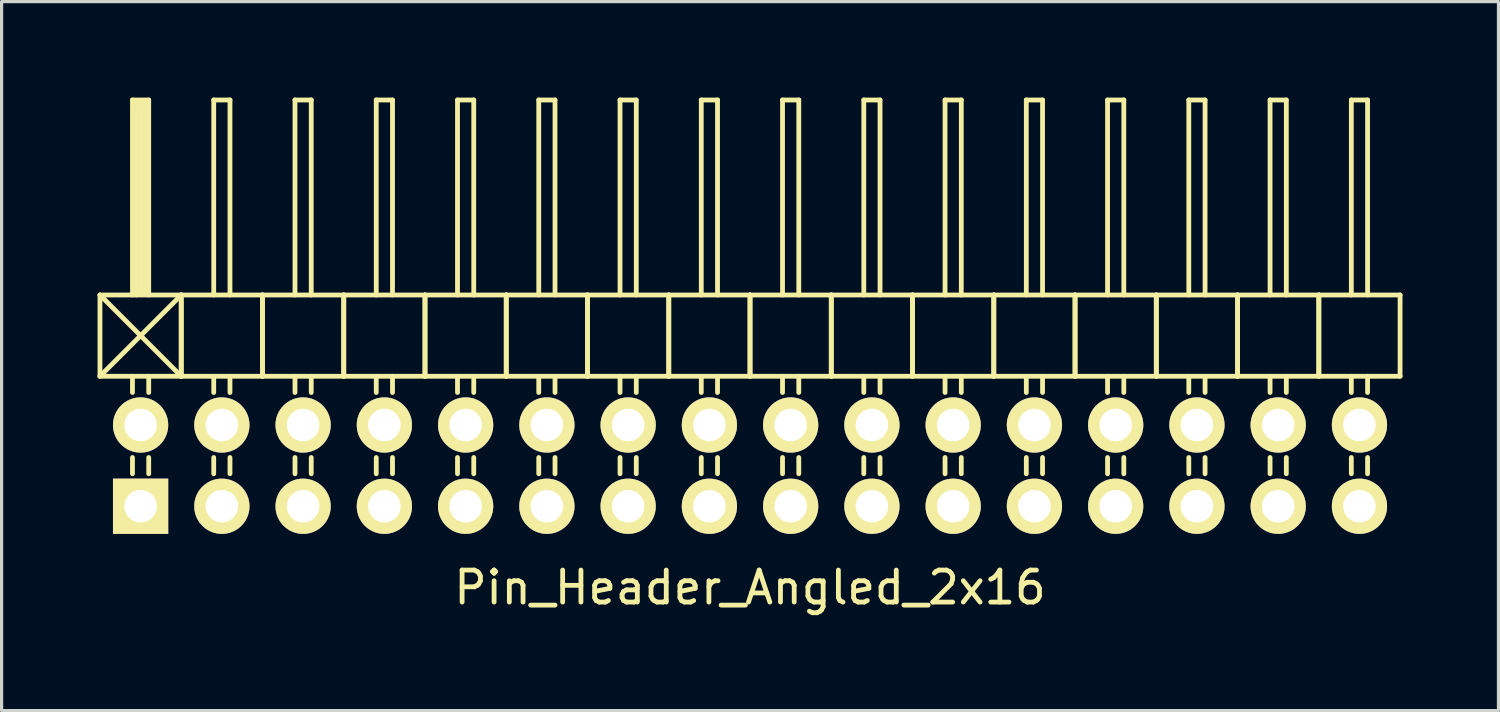
<source format=kicad_pcb>
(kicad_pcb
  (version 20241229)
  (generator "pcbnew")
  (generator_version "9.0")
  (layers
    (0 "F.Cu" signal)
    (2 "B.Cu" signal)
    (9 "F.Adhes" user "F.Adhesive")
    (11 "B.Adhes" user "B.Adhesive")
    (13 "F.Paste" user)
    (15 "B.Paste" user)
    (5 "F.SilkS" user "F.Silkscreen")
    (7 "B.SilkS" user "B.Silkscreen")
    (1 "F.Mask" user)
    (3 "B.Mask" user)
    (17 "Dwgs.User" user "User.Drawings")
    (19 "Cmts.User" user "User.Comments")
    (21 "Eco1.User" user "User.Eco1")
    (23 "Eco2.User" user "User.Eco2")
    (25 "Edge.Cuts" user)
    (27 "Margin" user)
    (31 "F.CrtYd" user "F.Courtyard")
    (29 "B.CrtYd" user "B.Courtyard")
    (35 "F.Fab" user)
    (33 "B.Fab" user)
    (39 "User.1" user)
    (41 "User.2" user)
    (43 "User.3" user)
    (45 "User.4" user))
  (footprint "Pin_Header_Angled_2x16"
    (layer "F.Cu")
    (at 20.395 11.505)
    (property "Reference" "Pin_Header_Angled_2x16" (at 0 3.81 0) (layer "F.SilkS") (effects (font (size 1 1) (thickness 0.15))))
    (attr through_hole)
    (fp_line (start -20.32 -5.334) (end -17.78 -2.794) (stroke (width 0.15) (type solid)) (layer "F.SilkS"))
    (fp_line (start -20.32 -2.794) (end -20.32 -5.334) (stroke (width 0.15) (type solid)) (layer "F.SilkS"))
    (fp_line (start -20.32 -2.794) (end -17.78 -5.334) (stroke (width 0.15) (type solid)) (layer "F.SilkS"))
    (fp_line (start -20.32 -2.794) (end -17.78 -2.794) (stroke (width 0.15) (type solid)) (layer "F.SilkS"))
    (fp_line (start -19.304 -11.43) (end -18.796 -11.43) (stroke (width 0.15) (type solid)) (layer "F.SilkS"))
    (fp_line (start -19.304 -5.334) (end -19.304 -11.43) (stroke (width 0.15) (type solid)) (layer "F.SilkS"))
    (fp_line (start -19.304 -2.794) (end -19.304 -2.286) (stroke (width 0.15) (type solid)) (layer "F.SilkS"))
    (fp_line (start -19.304 -0.254) (end -19.304 0.254) (stroke (width 0.15) (type solid)) (layer "F.SilkS"))
    (fp_line (start -19.177 -11.303) (end -18.923 -11.303) (stroke (width 0.15) (type solid)) (layer "F.SilkS"))
    (fp_line (start -19.177 -5.334) (end -19.177 -11.303) (stroke (width 0.15) (type solid)) (layer "F.SilkS"))
    (fp_line (start -19.05 -5.461) (end -19.05 -11.303) (stroke (width 0.15) (type solid)) (layer "F.SilkS"))
    (fp_line (start -18.923 -11.303) (end -18.923 -5.461) (stroke (width 0.15) (type solid)) (layer "F.SilkS"))
    (fp_line (start -18.923 -5.461) (end -19.05 -5.461) (stroke (width 0.15) (type solid)) (layer "F.SilkS"))
    (fp_line (start -18.796 -11.43) (end -18.796 -5.334) (stroke (width 0.15) (type solid)) (layer "F.SilkS"))
    (fp_line (start -18.796 -2.794) (end -18.796 -2.286) (stroke (width 0.15) (type solid)) (layer "F.SilkS"))
    (fp_line (start -18.796 -0.254) (end -18.796 0.254) (stroke (width 0.15) (type solid)) (layer "F.SilkS"))
    (fp_line (start -17.78 -5.334) (end -20.32 -5.334) (stroke (width 0.15) (type solid)) (layer "F.SilkS"))
    (fp_line (start -17.78 -2.794) (end -17.78 -5.334) (stroke (width 0.15) (type solid)) (layer "F.SilkS"))
    (fp_line (start -17.78 -2.794) (end -17.78 -5.334) (stroke (width 0.15) (type solid)) (layer "F.SilkS"))
    (fp_line (start -17.78 -2.794) (end -15.24 -2.794) (stroke (width 0.15) (type solid)) (layer "F.SilkS"))
    (fp_line (start -16.764 -11.43) (end -16.256 -11.43) (stroke (width 0.15) (type solid)) (layer "F.SilkS"))
    (fp_line (start -16.764 -5.334) (end -16.764 -11.43) (stroke (width 0.15) (type solid)) (layer "F.SilkS"))
    (fp_line (start -16.764 -2.794) (end -16.764 -2.286) (stroke (width 0.15) (type solid)) (layer "F.SilkS"))
    (fp_line (start -16.764 -0.254) (end -16.764 0.254) (stroke (width 0.15) (type solid)) (layer "F.SilkS"))
    (fp_line (start -16.256 -11.43) (end -16.256 -5.334) (stroke (width 0.15) (type solid)) (layer "F.SilkS"))
    (fp_line (start -16.256 -2.794) (end -16.256 -2.286) (stroke (width 0.15) (type solid)) (layer "F.SilkS"))
    (fp_line (start -16.256 -0.254) (end -16.256 0.254) (stroke (width 0.15) (type solid)) (layer "F.SilkS"))
    (fp_line (start -15.24 -5.334) (end -17.78 -5.334) (stroke (width 0.15) (type solid)) (layer "F.SilkS"))
    (fp_line (start -15.24 -2.794) (end -15.24 -5.334) (stroke (width 0.15) (type solid)) (layer "F.SilkS"))
    (fp_line (start -15.24 -2.794) (end -15.24 -5.334) (stroke (width 0.15) (type solid)) (layer "F.SilkS"))
    (fp_line (start -15.24 -2.794) (end -12.7 -2.794) (stroke (width 0.15) (type solid)) (layer "F.SilkS"))
    (fp_line (start -14.224 -11.43) (end -13.716 -11.43) (stroke (width 0.15) (type solid)) (layer "F.SilkS"))
    (fp_line (start -14.224 -5.334) (end -14.224 -11.43) (stroke (width 0.15) (type solid)) (layer "F.SilkS"))
    (fp_line (start -14.224 -2.794) (end -14.224 -2.286) (stroke (width 0.15) (type solid)) (layer "F.SilkS"))
    (fp_line (start -14.224 -0.254) (end -14.224 0.254) (stroke (width 0.15) (type solid)) (layer "F.SilkS"))
    (fp_line (start -13.716 -11.43) (end -13.716 -5.334) (stroke (width 0.15) (type solid)) (layer "F.SilkS"))
    (fp_line (start -13.716 -2.794) (end -13.716 -2.286) (stroke (width 0.15) (type solid)) (layer "F.SilkS"))
    (fp_line (start -13.716 -0.254) (end -13.716 0.254) (stroke (width 0.15) (type solid)) (layer "F.SilkS"))
    (fp_line (start -12.7 -5.334) (end -15.24 -5.334) (stroke (width 0.15) (type solid)) (layer "F.SilkS"))
    (fp_line (start -12.7 -2.794) (end -12.7 -5.334) (stroke (width 0.15) (type solid)) (layer "F.SilkS"))
    (fp_line (start -12.7 -2.794) (end -12.7 -5.334) (stroke (width 0.15) (type solid)) (layer "F.SilkS"))
    (fp_line (start -12.7 -2.794) (end -10.16 -2.794) (stroke (width 0.15) (type solid)) (layer "F.SilkS"))
    (fp_line (start -11.684 -11.43) (end -11.176 -11.43) (stroke (width 0.15) (type solid)) (layer "F.SilkS"))
    (fp_line (start -11.684 -5.334) (end -11.684 -11.43) (stroke (width 0.15) (type solid)) (layer "F.SilkS"))
    (fp_line (start -11.684 -2.794) (end -11.684 -2.286) (stroke (width 0.15) (type solid)) (layer "F.SilkS"))
    (fp_line (start -11.684 -0.254) (end -11.684 0.254) (stroke (width 0.15) (type solid)) (layer "F.SilkS"))
    (fp_line (start -11.176 -11.43) (end -11.176 -5.334) (stroke (width 0.15) (type solid)) (layer "F.SilkS"))
    (fp_line (start -11.176 -2.794) (end -11.176 -2.286) (stroke (width 0.15) (type solid)) (layer "F.SilkS"))
    (fp_line (start -11.176 -0.254) (end -11.176 0.254) (stroke (width 0.15) (type solid)) (layer "F.SilkS"))
    (fp_line (start -10.16 -5.334) (end -12.7 -5.334) (stroke (width 0.15) (type solid)) (layer "F.SilkS"))
    (fp_line (start -10.16 -2.794) (end -10.16 -5.334) (stroke (width 0.15) (type solid)) (layer "F.SilkS"))
    (fp_line (start -10.16 -2.794) (end -10.16 -5.334) (stroke (width 0.15) (type solid)) (layer "F.SilkS"))
    (fp_line (start -10.16 -2.794) (end -7.62 -2.794) (stroke (width 0.15) (type solid)) (layer "F.SilkS"))
    (fp_line (start -9.144 -11.43) (end -8.636 -11.43) (stroke (width 0.15) (type solid)) (layer "F.SilkS"))
    (fp_line (start -9.144 -5.334) (end -9.144 -11.43) (stroke (width 0.15) (type solid)) (layer "F.SilkS"))
    (fp_line (start -9.144 -2.794) (end -9.144 -2.286) (stroke (width 0.15) (type solid)) (layer "F.SilkS"))
    (fp_line (start -9.144 -0.254) (end -9.144 0.254) (stroke (width 0.15) (type solid)) (layer "F.SilkS"))
    (fp_line (start -8.636 -11.43) (end -8.636 -5.334) (stroke (width 0.15) (type solid)) (layer "F.SilkS"))
    (fp_line (start -8.636 -2.794) (end -8.636 -2.286) (stroke (width 0.15) (type solid)) (layer "F.SilkS"))
    (fp_line (start -8.636 -0.254) (end -8.636 0.254) (stroke (width 0.15) (type solid)) (layer "F.SilkS"))
    (fp_line (start -7.62 -5.334) (end -10.16 -5.334) (stroke (width 0.15) (type solid)) (layer "F.SilkS"))
    (fp_line (start -7.62 -2.794) (end -7.62 -5.334) (stroke (width 0.15) (type solid)) (layer "F.SilkS"))
    (fp_line (start -7.62 -2.794) (end -7.62 -5.334) (stroke (width 0.15) (type solid)) (layer "F.SilkS"))
    (fp_line (start -7.62 -2.794) (end -5.08 -2.794) (stroke (width 0.15) (type solid)) (layer "F.SilkS"))
    (fp_line (start -6.604 -11.43) (end -6.096 -11.43) (stroke (width 0.15) (type solid)) (layer "F.SilkS"))
    (fp_line (start -6.604 -5.334) (end -6.604 -11.43) (stroke (width 0.15) (type solid)) (layer "F.SilkS"))
    (fp_line (start -6.604 -2.794) (end -6.604 -2.286) (stroke (width 0.15) (type solid)) (layer "F.SilkS"))
    (fp_line (start -6.604 -0.254) (end -6.604 0.254) (stroke (width 0.15) (type solid)) (layer "F.SilkS"))
    (fp_line (start -6.096 -11.43) (end -6.096 -5.334) (stroke (width 0.15) (type solid)) (layer "F.SilkS"))
    (fp_line (start -6.096 -2.794) (end -6.096 -2.286) (stroke (width 0.15) (type solid)) (layer "F.SilkS"))
    (fp_line (start -6.096 -0.254) (end -6.096 0.254) (stroke (width 0.15) (type solid)) (layer "F.SilkS"))
    (fp_line (start -5.08 -5.334) (end -7.62 -5.334) (stroke (width 0.15) (type solid)) (layer "F.SilkS"))
    (fp_line (start -5.08 -2.794) (end -5.08 -5.334) (stroke (width 0.15) (type solid)) (layer "F.SilkS"))
    (fp_line (start -5.08 -2.794) (end -5.08 -5.334) (stroke (width 0.15) (type solid)) (layer "F.SilkS"))
    (fp_line (start -5.08 -2.794) (end -2.54 -2.794) (stroke (width 0.15) (type solid)) (layer "F.SilkS"))
    (fp_line (start -4.064 -11.43) (end -3.556 -11.43) (stroke (width 0.15) (type solid)) (layer "F.SilkS"))
    (fp_line (start -4.064 -5.334) (end -4.064 -11.43) (stroke (width 0.15) (type solid)) (layer "F.SilkS"))
    (fp_line (start -4.064 -2.794) (end -4.064 -2.286) (stroke (width 0.15) (type solid)) (layer "F.SilkS"))
    (fp_line (start -4.064 -0.254) (end -4.064 0.254) (stroke (width 0.15) (type solid)) (layer "F.SilkS"))
    (fp_line (start -3.556 -11.43) (end -3.556 -5.334) (stroke (width 0.15) (type solid)) (layer "F.SilkS"))
    (fp_line (start -3.556 -2.794) (end -3.556 -2.286) (stroke (width 0.15) (type solid)) (layer "F.SilkS"))
    (fp_line (start -3.556 -0.254) (end -3.556 0.254) (stroke (width 0.15) (type solid)) (layer "F.SilkS"))
    (fp_line (start -2.54 -5.334) (end -5.08 -5.334) (stroke (width 0.15) (type solid)) (layer "F.SilkS"))
    (fp_line (start -2.54 -2.794) (end -2.54 -5.334) (stroke (width 0.15) (type solid)) (layer "F.SilkS"))
    (fp_line (start -2.54 -2.794) (end -2.54 -5.334) (stroke (width 0.15) (type solid)) (layer "F.SilkS"))
    (fp_line (start -2.54 -2.794) (end 0 -2.794) (stroke (width 0.15) (type solid)) (layer "F.SilkS"))
    (fp_line (start -1.524 -11.43) (end -1.016 -11.43) (stroke (width 0.15) (type solid)) (layer "F.SilkS"))
    (fp_line (start -1.524 -5.334) (end -1.524 -11.43) (stroke (width 0.15) (type solid)) (layer "F.SilkS"))
    (fp_line (start -1.524 -2.794) (end -1.524 -2.286) (stroke (width 0.15) (type solid)) (layer "F.SilkS"))
    (fp_line (start -1.524 -0.254) (end -1.524 0.254) (stroke (width 0.15) (type solid)) (layer "F.SilkS"))
    (fp_line (start -1.016 -11.43) (end -1.016 -5.334) (stroke (width 0.15) (type solid)) (layer "F.SilkS"))
    (fp_line (start -1.016 -2.794) (end -1.016 -2.286) (stroke (width 0.15) (type solid)) (layer "F.SilkS"))
    (fp_line (start -1.016 -0.254) (end -1.016 0.254) (stroke (width 0.15) (type solid)) (layer "F.SilkS"))
    (fp_line (start 0 -5.334) (end -2.54 -5.334) (stroke (width 0.15) (type solid)) (layer "F.SilkS"))
    (fp_line (start 0 -2.794) (end 0 -5.334) (stroke (width 0.15) (type solid)) (layer "F.SilkS"))
    (fp_line (start 0 -2.794) (end 0 -5.334) (stroke (width 0.15) (type solid)) (layer "F.SilkS"))
    (fp_line (start 0 -2.794) (end 2.54 -2.794) (stroke (width 0.15) (type solid)) (layer "F.SilkS"))
    (fp_line (start 1.016 -11.43) (end 1.524 -11.43) (stroke (width 0.15) (type solid)) (layer "F.SilkS"))
    (fp_line (start 1.016 -5.334) (end 1.016 -11.43) (stroke (width 0.15) (type solid)) (layer "F.SilkS"))
    (fp_line (start 1.016 -2.794) (end 1.016 -2.286) (stroke (width 0.15) (type solid)) (layer "F.SilkS"))
    (fp_line (start 1.016 -0.254) (end 1.016 0.254) (stroke (width 0.15) (type solid)) (layer "F.SilkS"))
    (fp_line (start 1.524 -11.43) (end 1.524 -5.334) (stroke (width 0.15) (type solid)) (layer "F.SilkS"))
    (fp_line (start 1.524 -2.794) (end 1.524 -2.286) (stroke (width 0.15) (type solid)) (layer "F.SilkS"))
    (fp_line (start 1.524 -0.254) (end 1.524 0.254) (stroke (width 0.15) (type solid)) (layer "F.SilkS"))
    (fp_line (start 2.54 -5.334) (end 0 -5.334) (stroke (width 0.15) (type solid)) (layer "F.SilkS"))
    (fp_line (start 2.54 -2.794) (end 2.54 -5.334) (stroke (width 0.15) (type solid)) (layer "F.SilkS"))
    (fp_line (start 2.54 -2.794) (end 2.54 -5.334) (stroke (width 0.15) (type solid)) (layer "F.SilkS"))
    (fp_line (start 2.54 -2.794) (end 5.08 -2.794) (stroke (width 0.15) (type solid)) (layer "F.SilkS"))
    (fp_line (start 3.556 -11.43) (end 4.064 -11.43) (stroke (width 0.15) (type solid)) (layer "F.SilkS"))
    (fp_line (start 3.556 -5.334) (end 3.556 -11.43) (stroke (width 0.15) (type solid)) (layer "F.SilkS"))
    (fp_line (start 3.556 -2.794) (end 3.556 -2.286) (stroke (width 0.15) (type solid)) (layer "F.SilkS"))
    (fp_line (start 3.556 -0.254) (end 3.556 0.254) (stroke (width 0.15) (type solid)) (layer "F.SilkS"))
    (fp_line (start 4.064 -11.43) (end 4.064 -5.334) (stroke (width 0.15) (type solid)) (layer "F.SilkS"))
    (fp_line (start 4.064 -2.794) (end 4.064 -2.286) (stroke (width 0.15) (type solid)) (layer "F.SilkS"))
    (fp_line (start 4.064 -0.254) (end 4.064 0.254) (stroke (width 0.15) (type solid)) (layer "F.SilkS"))
    (fp_line (start 5.08 -5.334) (end 2.54 -5.334) (stroke (width 0.15) (type solid)) (layer "F.SilkS"))
    (fp_line (start 5.08 -2.794) (end 5.08 -5.334) (stroke (width 0.15) (type solid)) (layer "F.SilkS"))
    (fp_line (start 5.08 -2.794) (end 5.08 -5.334) (stroke (width 0.15) (type solid)) (layer "F.SilkS"))
    (fp_line (start 5.08 -2.794) (end 7.62 -2.794) (stroke (width 0.15) (type solid)) (layer "F.SilkS"))
    (fp_line (start 6.096 -11.43) (end 6.604 -11.43) (stroke (width 0.15) (type solid)) (layer "F.SilkS"))
    (fp_line (start 6.096 -5.334) (end 6.096 -11.43) (stroke (width 0.15) (type solid)) (layer "F.SilkS"))
    (fp_line (start 6.096 -2.794) (end 6.096 -2.286) (stroke (width 0.15) (type solid)) (layer "F.SilkS"))
    (fp_line (start 6.096 -0.254) (end 6.096 0.254) (stroke (width 0.15) (type solid)) (layer "F.SilkS"))
    (fp_line (start 6.604 -11.43) (end 6.604 -5.334) (stroke (width 0.15) (type solid)) (layer "F.SilkS"))
    (fp_line (start 6.604 -2.794) (end 6.604 -2.286) (stroke (width 0.15) (type solid)) (layer "F.SilkS"))
    (fp_line (start 6.604 -0.254) (end 6.604 0.254) (stroke (width 0.15) (type solid)) (layer "F.SilkS"))
    (fp_line (start 7.62 -5.334) (end 5.08 -5.334) (stroke (width 0.15) (type solid)) (layer "F.SilkS"))
    (fp_line (start 7.62 -2.794) (end 7.62 -5.334) (stroke (width 0.15) (type solid)) (layer "F.SilkS"))
    (fp_line (start 7.62 -2.794) (end 7.62 -5.334) (stroke (width 0.15) (type solid)) (layer "F.SilkS"))
    (fp_line (start 7.62 -2.794) (end 10.16 -2.794) (stroke (width 0.15) (type solid)) (layer "F.SilkS"))
    (fp_line (start 8.636 -11.43) (end 9.144 -11.43) (stroke (width 0.15) (type solid)) (layer "F.SilkS"))
    (fp_line (start 8.636 -5.334) (end 8.636 -11.43) (stroke (width 0.15) (type solid)) (layer "F.SilkS"))
    (fp_line (start 8.636 -2.794) (end 8.636 -2.286) (stroke (width 0.15) (type solid)) (layer "F.SilkS"))
    (fp_line (start 8.636 -0.254) (end 8.636 0.254) (stroke (width 0.15) (type solid)) (layer "F.SilkS"))
    (fp_line (start 9.144 -11.43) (end 9.144 -5.334) (stroke (width 0.15) (type solid)) (layer "F.SilkS"))
    (fp_line (start 9.144 -2.794) (end 9.144 -2.286) (stroke (width 0.15) (type solid)) (layer "F.SilkS"))
    (fp_line (start 9.144 -0.254) (end 9.144 0.254) (stroke (width 0.15) (type solid)) (layer "F.SilkS"))
    (fp_line (start 10.16 -5.334) (end 7.62 -5.334) (stroke (width 0.15) (type solid)) (layer "F.SilkS"))
    (fp_line (start 10.16 -2.794) (end 10.16 -5.334) (stroke (width 0.15) (type solid)) (layer "F.SilkS"))
    (fp_line (start 10.16 -2.794) (end 10.16 -5.334) (stroke (width 0.15) (type solid)) (layer "F.SilkS"))
    (fp_line (start 10.16 -2.794) (end 12.7 -2.794) (stroke (width 0.15) (type solid)) (layer "F.SilkS"))
    (fp_line (start 11.176 -11.43) (end 11.684 -11.43) (stroke (width 0.15) (type solid)) (layer "F.SilkS"))
    (fp_line (start 11.176 -5.334) (end 11.176 -11.43) (stroke (width 0.15) (type solid)) (layer "F.SilkS"))
    (fp_line (start 11.176 -2.794) (end 11.176 -2.286) (stroke (width 0.15) (type solid)) (layer "F.SilkS"))
    (fp_line (start 11.176 -0.254) (end 11.176 0.254) (stroke (width 0.15) (type solid)) (layer "F.SilkS"))
    (fp_line (start 11.684 -11.43) (end 11.684 -5.334) (stroke (width 0.15) (type solid)) (layer "F.SilkS"))
    (fp_line (start 11.684 -2.794) (end 11.684 -2.286) (stroke (width 0.15) (type solid)) (layer "F.SilkS"))
    (fp_line (start 11.684 -0.254) (end 11.684 0.254) (stroke (width 0.15) (type solid)) (layer "F.SilkS"))
    (fp_line (start 12.7 -5.334) (end 10.16 -5.334) (stroke (width 0.15) (type solid)) (layer "F.SilkS"))
    (fp_line (start 12.7 -2.794) (end 12.7 -5.334) (stroke (width 0.15) (type solid)) (layer "F.SilkS"))
    (fp_line (start 12.7 -2.794) (end 12.7 -5.334) (stroke (width 0.15) (type solid)) (layer "F.SilkS"))
    (fp_line (start 12.7 -2.794) (end 15.24 -2.794) (stroke (width 0.15) (type solid)) (layer "F.SilkS"))
    (fp_line (start 13.716 -11.43) (end 14.224 -11.43) (stroke (width 0.15) (type solid)) (layer "F.SilkS"))
    (fp_line (start 13.716 -5.334) (end 13.716 -11.43) (stroke (width 0.15) (type solid)) (layer "F.SilkS"))
    (fp_line (start 13.716 -2.794) (end 13.716 -2.286) (stroke (width 0.15) (type solid)) (layer "F.SilkS"))
    (fp_line (start 13.716 -0.254) (end 13.716 0.254) (stroke (width 0.15) (type solid)) (layer "F.SilkS"))
    (fp_line (start 14.224 -11.43) (end 14.224 -5.334) (stroke (width 0.15) (type solid)) (layer "F.SilkS"))
    (fp_line (start 14.224 -2.794) (end 14.224 -2.286) (stroke (width 0.15) (type solid)) (layer "F.SilkS"))
    (fp_line (start 14.224 -0.254) (end 14.224 0.254) (stroke (width 0.15) (type solid)) (layer "F.SilkS"))
    (fp_line (start 15.24 -5.334) (end 12.7 -5.334) (stroke (width 0.15) (type solid)) (layer "F.SilkS"))
    (fp_line (start 15.24 -2.794) (end 15.24 -5.334) (stroke (width 0.15) (type solid)) (layer "F.SilkS"))
    (fp_line (start 15.24 -2.794) (end 15.24 -5.334) (stroke (width 0.15) (type solid)) (layer "F.SilkS"))
    (fp_line (start 15.24 -2.794) (end 17.78 -2.794) (stroke (width 0.15) (type solid)) (layer "F.SilkS"))
    (fp_line (start 16.256 -11.43) (end 16.764 -11.43) (stroke (width 0.15) (type solid)) (layer "F.SilkS"))
    (fp_line (start 16.256 -5.334) (end 16.256 -11.43) (stroke (width 0.15) (type solid)) (layer "F.SilkS"))
    (fp_line (start 16.256 -2.794) (end 16.256 -2.286) (stroke (width 0.15) (type solid)) (layer "F.SilkS"))
    (fp_line (start 16.256 -0.254) (end 16.256 0.254) (stroke (width 0.15) (type solid)) (layer "F.SilkS"))
    (fp_line (start 16.764 -11.43) (end 16.764 -5.334) (stroke (width 0.15) (type solid)) (layer "F.SilkS"))
    (fp_line (start 16.764 -2.794) (end 16.764 -2.286) (stroke (width 0.15) (type solid)) (layer "F.SilkS"))
    (fp_line (start 16.764 -0.254) (end 16.764 0.254) (stroke (width 0.15) (type solid)) (layer "F.SilkS"))
    (fp_line (start 17.78 -5.334) (end 15.24 -5.334) (stroke (width 0.15) (type solid)) (layer "F.SilkS"))
    (fp_line (start 17.78 -2.794) (end 17.78 -5.334) (stroke (width 0.15) (type solid)) (layer "F.SilkS"))
    (fp_line (start 17.78 -2.794) (end 17.78 -5.334) (stroke (width 0.15) (type solid)) (layer "F.SilkS"))
    (fp_line (start 17.78 -2.794) (end 20.32 -2.794) (stroke (width 0.15) (type solid)) (layer "F.SilkS"))
    (fp_line (start 18.796 -11.43) (end 19.304 -11.43) (stroke (width 0.15) (type solid)) (layer "F.SilkS"))
    (fp_line (start 18.796 -5.334) (end 18.796 -11.43) (stroke (width 0.15) (type solid)) (layer "F.SilkS"))
    (fp_line (start 18.796 -2.794) (end 18.796 -2.286) (stroke (width 0.15) (type solid)) (layer "F.SilkS"))
    (fp_line (start 18.796 -0.254) (end 18.796 0.254) (stroke (width 0.15) (type solid)) (layer "F.SilkS"))
    (fp_line (start 19.304 -11.43) (end 19.304 -5.334) (stroke (width 0.15) (type solid)) (layer "F.SilkS"))
    (fp_line (start 19.304 -2.794) (end 19.304 -2.286) (stroke (width 0.15) (type solid)) (layer "F.SilkS"))
    (fp_line (start 19.304 -0.254) (end 19.304 0.254) (stroke (width 0.15) (type solid)) (layer "F.SilkS"))
    (fp_line (start 20.32 -5.334) (end 17.78 -5.334) (stroke (width 0.15) (type solid)) (layer "F.SilkS"))
    (fp_line (start 20.32 -2.794) (end 20.32 -5.334) (stroke (width 0.15) (type solid)) (layer "F.SilkS"))
    (pad "1" thru_hole rect (at -19.05 1.27) (size 1.727 1.727) (drill 1.016) (layers "*.Cu" "*.Mask" "F.SilkS"))
    (pad "2" thru_hole oval (at -19.05 -1.27) (size 1.727 1.727) (drill 1.016) (layers "*.Cu" "*.Mask" "F.SilkS"))
    (pad "3" thru_hole oval (at -16.51 1.27) (size 1.727 1.727) (drill 1.016) (layers "*.Cu" "*.Mask" "F.SilkS"))
    (pad "4" thru_hole oval (at -16.51 -1.27) (size 1.727 1.727) (drill 1.016) (layers "*.Cu" "*.Mask" "F.SilkS"))
    (pad "5" thru_hole oval (at -13.97 1.27) (size 1.727 1.727) (drill 1.016) (layers "*.Cu" "*.Mask" "F.SilkS"))
    (pad "6" thru_hole oval (at -13.97 -1.27) (size 1.727 1.727) (drill 1.016) (layers "*.Cu" "*.Mask" "F.SilkS"))
    (pad "7" thru_hole oval (at -11.43 1.27) (size 1.727 1.727) (drill 1.016) (layers "*.Cu" "*.Mask" "F.SilkS"))
    (pad "8" thru_hole oval (at -11.43 -1.27) (size 1.727 1.727) (drill 1.016) (layers "*.Cu" "*.Mask" "F.SilkS"))
    (pad "9" thru_hole oval (at -8.89 1.27) (size 1.727 1.727) (drill 1.016) (layers "*.Cu" "*.Mask" "F.SilkS"))
    (pad "10" thru_hole oval (at -8.89 -1.27) (size 1.727 1.727) (drill 1.016) (layers "*.Cu" "*.Mask" "F.SilkS"))
    (pad "11" thru_hole oval (at -6.35 1.27) (size 1.727 1.727) (drill 1.016) (layers "*.Cu" "*.Mask" "F.SilkS"))
    (pad "12" thru_hole oval (at -6.35 -1.27) (size 1.727 1.727) (drill 1.016) (layers "*.Cu" "*.Mask" "F.SilkS"))
    (pad "13" thru_hole oval (at -3.81 1.27) (size 1.727 1.727) (drill 1.016) (layers "*.Cu" "*.Mask" "F.SilkS"))
    (pad "14" thru_hole oval (at -3.81 -1.27) (size 1.727 1.727) (drill 1.016) (layers "*.Cu" "*.Mask" "F.SilkS"))
    (pad "15" thru_hole oval (at -1.27 1.27) (size 1.727 1.727) (drill 1.016) (layers "*.Cu" "*.Mask" "F.SilkS"))
    (pad "16" thru_hole oval (at -1.27 -1.27) (size 1.727 1.727) (drill 1.016) (layers "*.Cu" "*.Mask" "F.SilkS"))
    (pad "17" thru_hole oval (at 1.27 1.27) (size 1.727 1.727) (drill 1.016) (layers "*.Cu" "*.Mask" "F.SilkS"))
    (pad "18" thru_hole oval (at 1.27 -1.27) (size 1.727 1.727) (drill 1.016) (layers "*.Cu" "*.Mask" "F.SilkS"))
    (pad "19" thru_hole oval (at 3.81 1.27) (size 1.727 1.727) (drill 1.016) (layers "*.Cu" "*.Mask" "F.SilkS"))
    (pad "20" thru_hole oval (at 3.81 -1.27) (size 1.727 1.727) (drill 1.016) (layers "*.Cu" "*.Mask" "F.SilkS"))
    (pad "21" thru_hole oval (at 6.35 1.27) (size 1.727 1.727) (drill 1.016) (layers "*.Cu" "*.Mask" "F.SilkS"))
    (pad "22" thru_hole oval (at 6.35 -1.27) (size 1.727 1.727) (drill 1.016) (layers "*.Cu" "*.Mask" "F.SilkS"))
    (pad "23" thru_hole oval (at 8.89 1.27) (size 1.727 1.727) (drill 1.016) (layers "*.Cu" "*.Mask" "F.SilkS"))
    (pad "24" thru_hole oval (at 8.89 -1.27) (size 1.727 1.727) (drill 1.016) (layers "*.Cu" "*.Mask" "F.SilkS"))
    (pad "25" thru_hole oval (at 11.43 1.27) (size 1.727 1.727) (drill 1.016) (layers "*.Cu" "*.Mask" "F.SilkS"))
    (pad "26" thru_hole oval (at 11.43 -1.27) (size 1.727 1.727) (drill 1.016) (layers "*.Cu" "*.Mask" "F.SilkS"))
    (pad "27" thru_hole oval (at 13.97 1.27) (size 1.727 1.727) (drill 1.016) (layers "*.Cu" "*.Mask" "F.SilkS"))
    (pad "28" thru_hole oval (at 13.97 -1.27) (size 1.727 1.727) (drill 1.016) (layers "*.Cu" "*.Mask" "F.SilkS"))
    (pad "29" thru_hole oval (at 16.51 1.27) (size 1.727 1.727) (drill 1.016) (layers "*.Cu" "*.Mask" "F.SilkS"))
    (pad "30" thru_hole oval (at 16.51 -1.27) (size 1.727 1.727) (drill 1.016) (layers "*.Cu" "*.Mask" "F.SilkS"))
    (pad "31" thru_hole oval (at 19.05 1.27) (size 1.727 1.727) (drill 1.016) (layers "*.Cu" "*.Mask" "F.SilkS"))
    (pad "32" thru_hole oval (at 19.05 -1.27) (size 1.727 1.727) (drill 1.016) (layers "*.Cu" "*.Mask" "F.SilkS")))
  (gr_rect
    (start -3 -3)
    (end 43.79 19.163)
    (stroke (width 0.1) (type default))
    (fill no)
    (layer "Edge.Cuts")))
</source>
